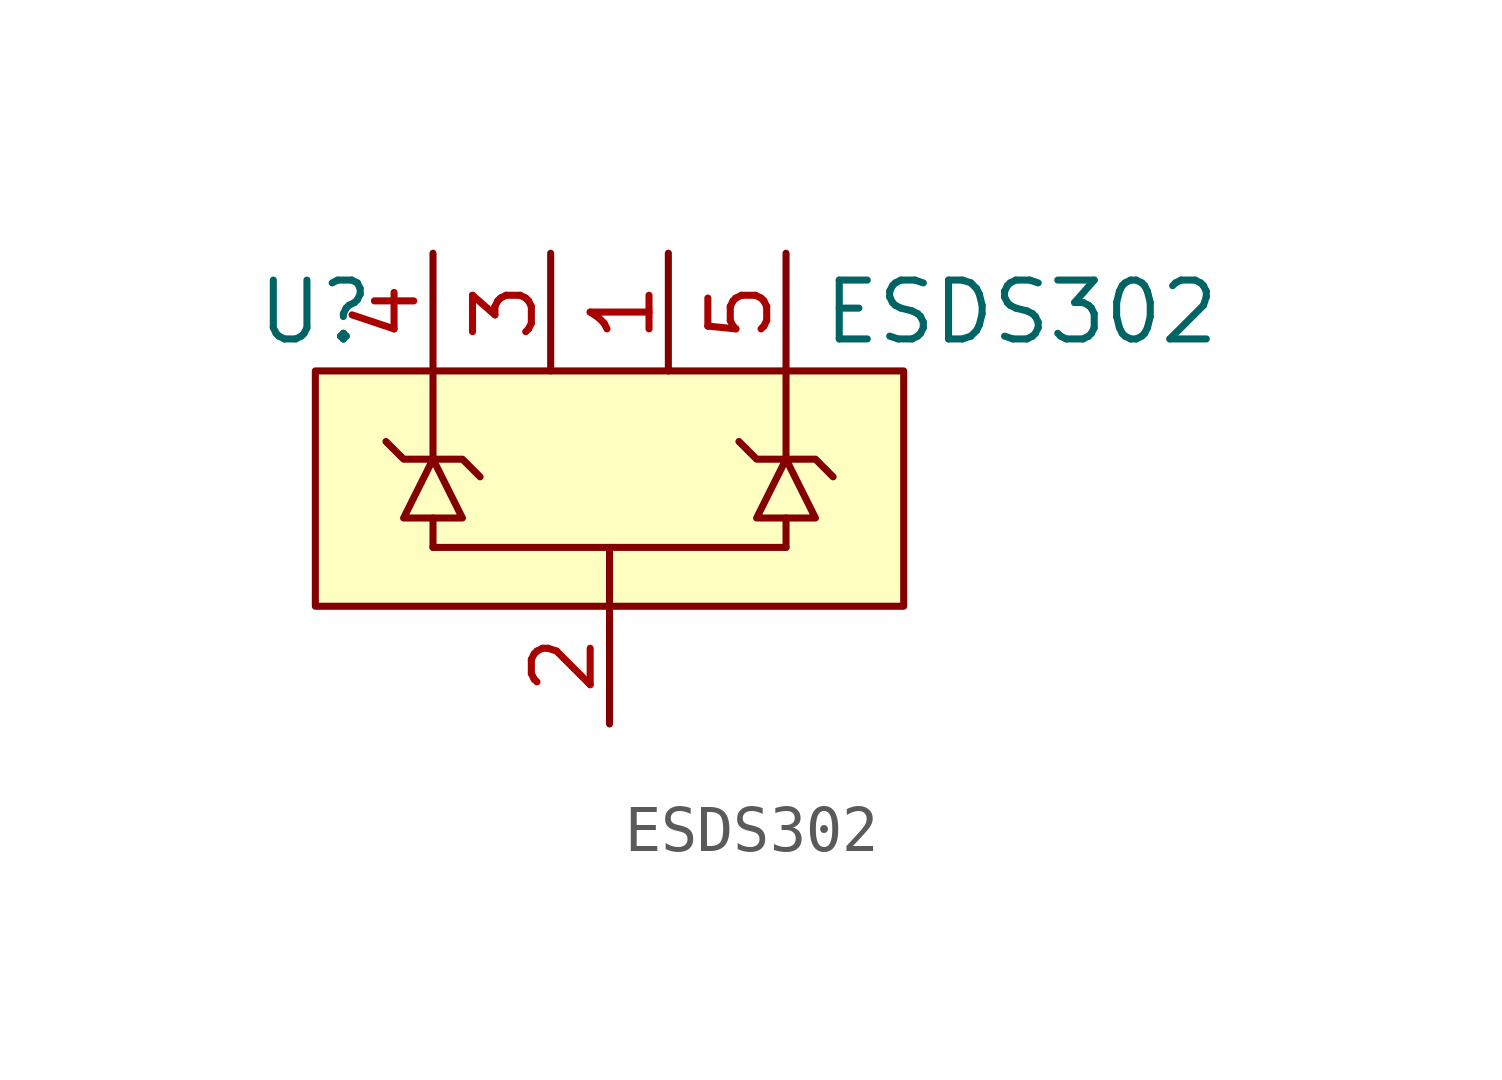
<source format=kicad_sym>
(kicad_symbol_lib
  (version 20220914)
  (generator kicad_symbol_editor)
  (symbol "ESDS302"
    (pin_names hide)
    (property "Reference" "U"
      (at -6.35 3.81 0)
      (effects (font (size 1.27 1.27))))
    (property "Value" "ESDS302"
      (at 8.89 3.81 0)
      (effects (font (size 1.27 1.27))))
    (symbol "ESDS302_0_1"
      (polyline (pts (xy -3.81 -0.635) (xy -3.81 -1.27)) (stroke (width 0) (type default)) (fill (type none)))
      (polyline (pts (xy 3.81 -1.27) (xy -3.81 -1.27)) (stroke (width 0) (type default)) (fill (type none)))
      (polyline (pts (xy 3.81 -0.635) (xy 3.81 -1.27)) (stroke (width 0) (type default)) (fill (type none)))
      (polyline (pts (xy -3.81 0.635) (xy -4.445 -0.635) (xy -3.175 -0.635) (xy -3.81 0.635)) (stroke (width 0) (type default)) (fill (type none)))
      (polyline (pts (xy 3.81 0.635) (xy 3.175 -0.635) (xy 4.445 -0.635) (xy 3.81 0.635)) (stroke (width 0) (type default)) (fill (type none)))
      (polyline (pts (xy -4.826 1.016) (xy -4.445 0.635) (xy -3.81 0.635) (xy -3.175 0.635) (xy -2.794 0.254)) (stroke (width 0) (type default)) (fill (type none)))
      (polyline (pts (xy 2.794 1.016) (xy 3.175 0.635) (xy 3.81 0.635) (xy 4.445 0.635) (xy 4.826 0.254)) (stroke (width 0) (type default)) (fill (type none))))
    (symbol "ESDS302_1_1"
      (rectangle (start -6.35 2.54) (end 6.35 -2.54) (stroke (width 0) (type default)) (fill (type background)))
      (polyline (pts (xy -3.81 0.635) (xy -3.81 2.54)) (stroke (width 0) (type default)) (fill (type none)))
      (polyline (pts (xy 0 -2.54) (xy 0 -1.27)) (stroke (width 0) (type default)) (fill (type none)))
      (polyline (pts (xy 3.81 0.635) (xy 3.81 2.54)) (stroke (width 0) (type default)) (fill (type none)))
      (pin free line (at 1.27 5.08 270) (length 2.54) (name "NC" (effects (font (size 1.27 1.27)))) (number "1" (effects (font (size 1.27 1.27)))))
      (pin power_in line (at 0 -5.08 90) (length 2.54) (name "GND" (effects (font (size 1.27 1.27)))) (number "2" (effects (font (size 1.27 1.27)))))
      (pin free line (at -1.27 5.08 270) (length 2.54) (name "NC" (effects (font (size 1.27 1.27)))) (number "3" (effects (font (size 1.27 1.27)))))
      (pin passive line (at -3.81 5.08 270) (length 2.54) (name "I/O1" (effects (font (size 1.27 1.27)))) (number "4" (effects (font (size 1.27 1.27)))))
      (pin passive line (at 3.81 5.08 270) (length 2.54) (name "I/O2" (effects (font (size 1.27 1.27)))) (number "5" (effects (font (size 1.27 1.27))))))))
</source>
